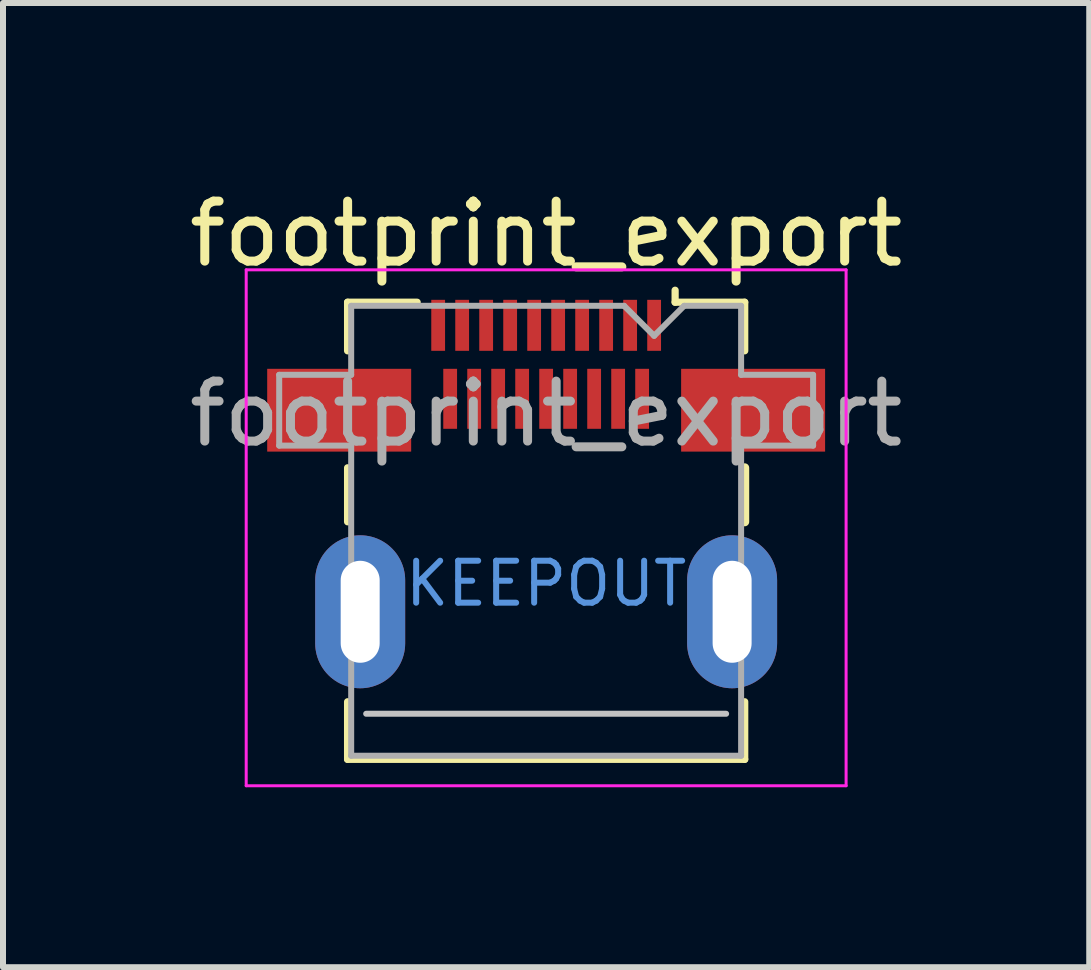
<source format=kicad_pcb>
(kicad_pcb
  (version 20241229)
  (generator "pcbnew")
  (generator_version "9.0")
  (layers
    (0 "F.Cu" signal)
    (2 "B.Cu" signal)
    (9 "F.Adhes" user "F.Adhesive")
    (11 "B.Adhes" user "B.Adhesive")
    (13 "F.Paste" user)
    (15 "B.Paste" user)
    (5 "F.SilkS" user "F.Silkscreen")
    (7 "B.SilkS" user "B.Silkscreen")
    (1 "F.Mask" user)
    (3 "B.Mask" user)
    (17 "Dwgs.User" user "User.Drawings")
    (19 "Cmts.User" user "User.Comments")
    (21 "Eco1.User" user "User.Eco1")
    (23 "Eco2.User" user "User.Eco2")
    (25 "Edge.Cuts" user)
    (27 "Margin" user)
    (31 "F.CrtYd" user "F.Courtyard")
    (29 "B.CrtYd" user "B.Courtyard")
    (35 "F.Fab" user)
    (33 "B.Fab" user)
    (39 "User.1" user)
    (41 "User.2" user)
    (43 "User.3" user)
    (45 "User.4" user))
  (footprint "footprint_export"
    (layer "F.Cu")
    (at 6.054 7.148)
    (property "Reference" "footprint_export" (at 0 -6.3 0) (layer "F.SilkS") (effects (font (size 1 1) (thickness 0.15))))
    (attr smd)
    (fp_line (start -3.31 -5.16) (end -2.15 -5.16) (stroke (width 0.12) (type solid)) (layer "F.SilkS"))
    (fp_line (start -3.31 -4.35) (end -3.31 -5.16) (stroke (width 0.12) (type solid)) (layer "F.SilkS"))
    (fp_line (start -3.31 -1.5) (end -3.31 -2.4) (stroke (width 0.12) (type solid)) (layer "F.SilkS"))
    (fp_line (start -3.31 2.46) (end -3.31 1.5) (stroke (width 0.12) (type solid)) (layer "F.SilkS"))
    (fp_line (start -3.31 2.46) (end 3.31 2.46) (stroke (width 0.12) (type solid)) (layer "F.SilkS"))
    (fp_line (start 2.15 -5.16) (end 2.15 -5.36) (stroke (width 0.12) (type solid)) (layer "F.SilkS"))
    (fp_line (start 2.15 -5.16) (end 3.31 -5.16) (stroke (width 0.12) (type solid)) (layer "F.SilkS"))
    (fp_line (start 3.31 -5.16) (end 3.31 -4.35) (stroke (width 0.12) (type solid)) (layer "F.SilkS"))
    (fp_line (start 3.31 -2.4) (end 3.31 -1.5) (stroke (width 0.15) (type solid)) (layer "F.SilkS"))
    (fp_line (start 3.31 1.5) (end 3.31 2.46) (stroke (width 0.12) (type solid)) (layer "F.SilkS"))
    (fp_line (start -3 1.7) (end 3 1.7) (stroke (width 0.1) (type solid)) (layer "Dwgs.User"))
    (fp_line (start -5 -5.7) (end -5 2.9) (stroke (width 0.05) (type solid)) (layer "F.CrtYd"))
    (fp_line (start -5 2.9) (end 5 2.9) (stroke (width 0.05) (type solid)) (layer "F.CrtYd"))
    (fp_line (start 5 -5.7) (end -5 -5.7) (stroke (width 0.05) (type solid)) (layer "F.CrtYd"))
    (fp_line (start 5 2.9) (end 5 -5.7) (stroke (width 0.05) (type solid)) (layer "F.CrtYd"))
    (fp_line (start -4.45 -3.95) (end -3.25 -3.95) (stroke (width 0.1) (type solid)) (layer "F.Fab"))
    (fp_line (start -4.45 -2.77) (end -4.45 -3.95) (stroke (width 0.1) (type solid)) (layer "F.Fab"))
    (fp_line (start -3.25 -5.1) (end 1.3 -5.1) (stroke (width 0.1) (type solid)) (layer "F.Fab"))
    (fp_line (start -3.25 -3.95) (end -3.25 -5.1) (stroke (width 0.1) (type solid)) (layer "F.Fab"))
    (fp_line (start -3.25 -2.77) (end -4.45 -2.77) (stroke (width 0.1) (type solid)) (layer "F.Fab"))
    (fp_line (start -3.25 2.4) (end -3.25 -2.77) (stroke (width 0.1) (type solid)) (layer "F.Fab"))
    (fp_line (start 1.8 -4.6) (end 1.3 -5.1) (stroke (width 0.1) (type solid)) (layer "F.Fab"))
    (fp_line (start 1.8 -4.6) (end 2.3 -5.1) (stroke (width 0.1) (type solid)) (layer "F.Fab"))
    (fp_line (start 2.3 -5.1) (end 3.25 -5.1) (stroke (width 0.1) (type solid)) (layer "F.Fab"))
    (fp_line (start 3.25 -5.1) (end 3.25 -3.95) (stroke (width 0.1) (type solid)) (layer "F.Fab"))
    (fp_line (start 3.25 -3.95) (end 4.45 -3.95) (stroke (width 0.1) (type solid)) (layer "F.Fab"))
    (fp_line (start 3.25 -2.77) (end 3.25 2.4) (stroke (width 0.1) (type solid)) (layer "F.Fab"))
    (fp_line (start 3.25 2.4) (end -3.25 2.4) (stroke (width 0.1) (type solid)) (layer "F.Fab"))
    (fp_line (start 4.45 -3.95) (end 4.45 -2.77) (stroke (width 0.1) (type solid)) (layer "F.Fab"))
    (fp_line (start 4.45 -2.77) (end 3.25 -2.77) (stroke (width 0.1) (type solid)) (layer "F.Fab"))
    (fp_text user "KEEPOUT" (at 0 -0.47 0) (layer "Cmts.User") (effects (font (size 0.7 0.7) (thickness 0.1))))
    (fp_text user "${REFERENCE}" (at 0 -3.3 0) (layer "F.Fab") (effects (font (size 1 1) (thickness 0.15))))
    (pad "1" smd rect (at 1.8 -4.775) (size 0.23 0.85) (layers "F.Cu" "F.Mask" "F.Paste"))
    (pad "2" smd rect (at 1.6 -3.55) (size 0.23 1) (layers "F.Cu" "F.Mask" "F.Paste"))
    (pad "3" smd rect (at 1.4 -4.775) (size 0.23 0.85) (layers "F.Cu" "F.Mask" "F.Paste"))
    (pad "4" smd rect (at 1.2 -3.55) (size 0.23 1) (layers "F.Cu" "F.Mask" "F.Paste"))
    (pad "5" smd rect (at 1 -4.775) (size 0.23 0.85) (layers "F.Cu" "F.Mask" "F.Paste"))
    (pad "6" smd rect (at 0.8 -3.55) (size 0.23 1) (layers "F.Cu" "F.Mask" "F.Paste"))
    (pad "7" smd rect (at 0.6 -4.775) (size 0.23 0.85) (layers "F.Cu" "F.Mask" "F.Paste"))
    (pad "8" smd rect (at 0.4 -3.55) (size 0.23 1) (layers "F.Cu" "F.Mask" "F.Paste"))
    (pad "9" smd rect (at 0.2 -4.775) (size 0.23 0.85) (layers "F.Cu" "F.Mask" "F.Paste"))
    (pad "10" smd rect (at 0 -3.55) (size 0.23 1) (layers "F.Cu" "F.Mask" "F.Paste"))
    (pad "11" smd rect (at -0.2 -4.775) (size 0.23 0.85) (layers "F.Cu" "F.Mask" "F.Paste"))
    (pad "12" smd rect (at -0.4 -3.55) (size 0.23 1) (layers "F.Cu" "F.Mask" "F.Paste"))
    (pad "13" smd rect (at -0.6 -4.775) (size 0.23 0.85) (layers "F.Cu" "F.Mask" "F.Paste"))
    (pad "14" smd rect (at -0.8 -3.55) (size 0.23 1) (layers "F.Cu" "F.Mask" "F.Paste"))
    (pad "15" smd rect (at -1 -4.775) (size 0.23 0.85) (layers "F.Cu" "F.Mask" "F.Paste"))
    (pad "16" smd rect (at -1.2 -3.55) (size 0.23 1) (layers "F.Cu" "F.Mask" "F.Paste"))
    (pad "17" smd rect (at -1.4 -4.775) (size 0.23 0.85) (layers "F.Cu" "F.Mask" "F.Paste"))
    (pad "18" smd rect (at -1.6 -3.55) (size 0.23 1) (layers "F.Cu" "F.Mask" "F.Paste"))
    (pad "19" smd rect (at -1.8 -4.775) (size 0.23 0.85) (layers "F.Cu" "F.Mask" "F.Paste"))
    (pad "SH" smd rect (at -3.45 -3.36) (size 2.4 1.38) (layers "F.Cu" "F.Mask" "F.Paste"))
    (pad "SH" thru_hole oval (at -3.1 0) (size 1.5 2.55) (drill oval 0.65 1.7) (layers "*.Cu" "*.Mask"))
    (pad "SH" thru_hole oval (at 3.1 0) (size 1.5 2.55) (drill oval 0.65 1.7) (layers "*.Cu" "*.Mask"))
    (pad "SH" smd rect (at 3.45 -3.36) (size 2.4 1.38) (layers "F.Cu" "F.Mask" "F.Paste"))
    (zone (net_name "") (layer "F.Cu") (hatch full 0.508) (connect_pads) (min_thickness 0.254) (filled_areas_thickness no) (keepout (tracks not_allowed) (vias not_allowed) (pads not_allowed) (copperpour not_allowed) (footprints not_allowed)) (placement (enabled no)) (fill) (polygon (pts (xy 3.704 4.508) (xy 8.404 4.508) (xy 8.404 8.848) (xy 3.704 8.848)))))
  (gr_rect
    (start -3 -3)
    (end 15.107 13.073)
    (stroke (width 0.1) (type default))
    (fill no)
    (layer "Edge.Cuts")))
</source>
